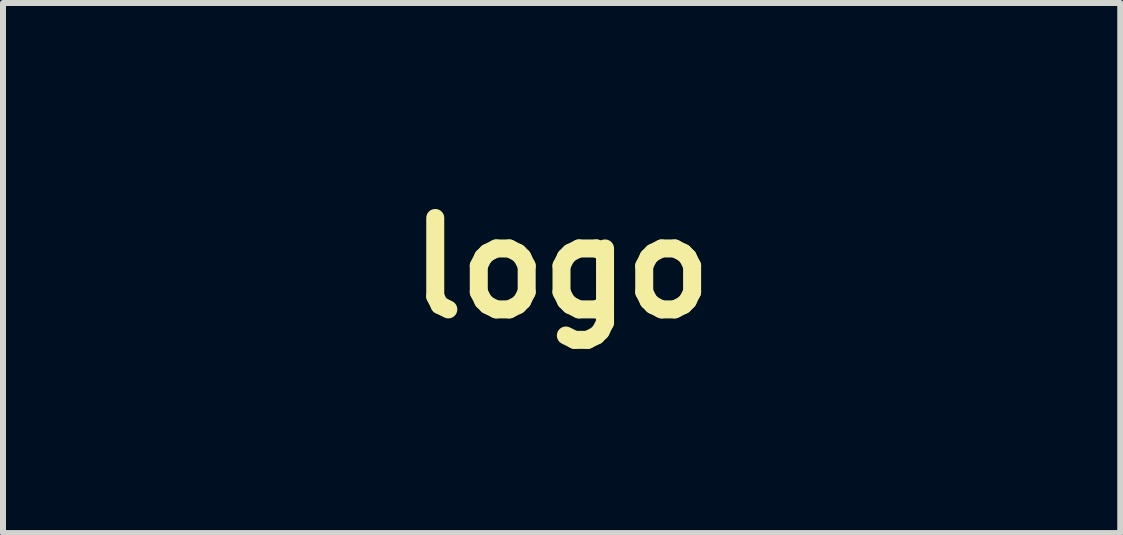
<source format=kicad_pcb>
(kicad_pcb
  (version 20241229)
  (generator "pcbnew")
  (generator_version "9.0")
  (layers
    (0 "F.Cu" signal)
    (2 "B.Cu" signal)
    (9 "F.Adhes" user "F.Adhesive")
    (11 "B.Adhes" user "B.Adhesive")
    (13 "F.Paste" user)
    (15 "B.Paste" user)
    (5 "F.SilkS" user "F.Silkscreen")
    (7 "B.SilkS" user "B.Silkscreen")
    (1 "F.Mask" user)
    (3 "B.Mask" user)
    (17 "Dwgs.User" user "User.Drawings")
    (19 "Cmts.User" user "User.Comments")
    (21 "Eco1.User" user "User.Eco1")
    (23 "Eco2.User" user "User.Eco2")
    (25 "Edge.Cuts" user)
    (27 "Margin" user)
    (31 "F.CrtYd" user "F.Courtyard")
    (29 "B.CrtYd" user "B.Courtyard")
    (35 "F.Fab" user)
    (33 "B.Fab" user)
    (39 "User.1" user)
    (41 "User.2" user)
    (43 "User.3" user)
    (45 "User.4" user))
  (footprint "logo"
    (layer "F.Cu")
    (at 6.31 1.418)
    (property "Reference" "logo" (at 0 0 0) (layer "F.SilkS") (effects (font (size 1.524 1.524) (thickness 0.3))))
    (attr through_hole)
    (fp_poly (pts (xy 2.388 0.914) (xy 2.134 0.914) (xy 2.134 -0.721) (xy 2.388 -0.721) (xy 2.388 0.914)) (stroke (width 0.01) (type solid)) (fill yes) (layer "F.Mask"))
    (fp_poly (pts (xy -2.692 -0.406) (xy -3.139 -0.406) (xy -3.139 0.914) (xy -3.404 0.914) (xy -3.404 -0.406) (xy -3.84 -0.406) (xy -3.84 -0.63) (xy -2.692 -0.63) (xy -2.692 -0.406)) (stroke (width 0.01) (type solid)) (fill yes) (layer "F.Mask"))
    (fp_poly (pts (xy 4.257 0.155) (xy 4.257 0.255) (xy 4.258 0.336) (xy 4.259 0.401) (xy 4.26 0.453) (xy 4.263 0.494) (xy 4.266 0.525) (xy 4.269 0.55) (xy 4.273 0.564) (xy 4.298 0.631) (xy 4.335 0.681) (xy 4.384 0.715) (xy 4.444 0.731) (xy 4.478 0.733) (xy 4.546 0.726) (xy 4.602 0.704) (xy 4.648 0.666) (xy 4.687 0.609) (xy 4.696 0.591) (xy 4.729 0.524) (xy 4.736 -0.193) (xy 4.989 -0.193) (xy 4.989 0.914) (xy 4.735 0.914) (xy 4.734 0.747) (xy 4.715 0.777) (xy 4.664 0.841) (xy 4.604 0.889) (xy 4.531 0.922) (xy 4.521 0.926) (xy 4.456 0.939) (xy 4.382 0.944) (xy 4.311 0.94) (xy 4.266 0.931) (xy 4.189 0.9) (xy 4.124 0.854) (xy 4.072 0.793) (xy 4.053 0.761) (xy 4.041 0.736) (xy 4.031 0.71) (xy 4.023 0.683) (xy 4.017 0.65) (xy 4.012 0.611) (xy 4.008 0.562) (xy 4.006 0.503) (xy 4.004 0.431) (xy 4.004 0.343) (xy 4.003 0.237) (xy 4.003 0.201) (xy 4.003 -0.193) (xy 4.257 -0.193) (xy 4.257 0.155)) (stroke (width 0.01) (type solid)) (fill yes) (layer "F.Mask"))
    (fp_poly (pts (xy -0.254 -0.029) (xy -0.199 -0.089) (xy -0.146 -0.139) (xy -0.093 -0.174) (xy -0.035 -0.197) (xy 0.035 -0.209) (xy 0.078 -0.211) (xy 0.136 -0.213) (xy 0.181 -0.21) (xy 0.218 -0.203) (xy 0.238 -0.198) (xy 0.298 -0.17) (xy 0.354 -0.127) (xy 0.4 -0.075) (xy 0.411 -0.057) (xy 0.424 -0.033) (xy 0.435 -0.009) (xy 0.444 0.018) (xy 0.451 0.049) (xy 0.457 0.088) (xy 0.461 0.134) (xy 0.464 0.192) (xy 0.466 0.263) (xy 0.467 0.348) (xy 0.467 0.451) (xy 0.467 0.516) (xy 0.467 0.914) (xy 0.213 0.914) (xy 0.213 0.586) (xy 0.213 0.474) (xy 0.212 0.38) (xy 0.209 0.302) (xy 0.205 0.239) (xy 0.199 0.187) (xy 0.19 0.146) (xy 0.179 0.113) (xy 0.165 0.086) (xy 0.148 0.062) (xy 0.127 0.041) (xy 0.125 0.039) (xy 0.075 0.006) (xy 0.02 -0.01) (xy -0.037 -0.006) (xy -0.094 0.016) (xy -0.15 0.057) (xy -0.158 0.065) (xy -0.191 0.102) (xy -0.213 0.136) (xy -0.229 0.177) (xy -0.233 0.187) (xy -0.239 0.208) (xy -0.243 0.228) (xy -0.247 0.251) (xy -0.25 0.279) (xy -0.252 0.314) (xy -0.253 0.36) (xy -0.254 0.418) (xy -0.254 0.492) (xy -0.254 0.583) (xy -0.254 0.914) (xy -0.518 0.914) (xy -0.518 -0.721) (xy -0.254 -0.721) (xy -0.254 -0.029)) (stroke (width 0.01) (type solid)) (fill yes) (layer "F.Mask"))
    (fp_poly (pts (xy -0.932 -0.208) (xy -0.868 -0.2) (xy -0.818 -0.189) (xy -0.813 -0.187) (xy -0.757 -0.168) (xy -0.754 -0.044) (xy -0.751 0.08) (xy -0.827 0.041) (xy -0.911 0.007) (xy -0.993 -0.007) (xy -1.072 -0.002) (xy -1.147 0.023) (xy -1.216 0.066) (xy -1.259 0.107) (xy -1.3 0.159) (xy -1.328 0.215) (xy -1.346 0.282) (xy -1.351 0.308) (xy -1.356 0.389) (xy -1.346 0.469) (xy -1.322 0.545) (xy -1.286 0.61) (xy -1.273 0.626) (xy -1.218 0.675) (xy -1.153 0.709) (xy -1.08 0.729) (xy -1.002 0.733) (xy -0.925 0.722) (xy -0.85 0.695) (xy -0.805 0.669) (xy -0.779 0.653) (xy -0.761 0.642) (xy -0.756 0.64) (xy -0.755 0.65) (xy -0.753 0.675) (xy -0.752 0.713) (xy -0.752 0.756) (xy -0.752 0.871) (xy -0.804 0.894) (xy -0.891 0.922) (xy -0.988 0.939) (xy -1.089 0.944) (xy -1.186 0.935) (xy -1.215 0.93) (xy -1.305 0.902) (xy -1.383 0.86) (xy -1.456 0.801) (xy -1.464 0.793) (xy -1.52 0.73) (xy -1.561 0.665) (xy -1.593 0.591) (xy -1.601 0.563) (xy -1.612 0.512) (xy -1.618 0.447) (xy -1.619 0.376) (xy -1.616 0.305) (xy -1.609 0.24) (xy -1.601 0.204) (xy -1.564 0.103) (xy -1.512 0.014) (xy -1.444 -0.063) (xy -1.365 -0.126) (xy -1.274 -0.173) (xy -1.193 -0.199) (xy -1.139 -0.207) (xy -1.073 -0.212) (xy -1.002 -0.212) (xy -0.932 -0.208)) (stroke (width 0.01) (type solid)) (fill yes) (layer "F.Mask"))
    (fp_poly (pts (xy -2.152 -0.206) (xy -2.062 -0.184) (xy -1.986 -0.146) (xy -1.921 -0.092) (xy -1.867 -0.022) (xy -1.824 0.066) (xy -1.812 0.099) (xy -1.8 0.141) (xy -1.791 0.183) (xy -1.785 0.231) (xy -1.781 0.292) (xy -1.78 0.307) (xy -1.775 0.437) (xy -2.532 0.437) (xy -2.525 0.48) (xy -2.503 0.559) (xy -2.467 0.624) (xy -2.416 0.675) (xy -2.351 0.712) (xy -2.272 0.733) (xy -2.215 0.739) (xy -2.116 0.736) (xy -2.025 0.716) (xy -1.935 0.676) (xy -1.933 0.675) (xy -1.869 0.64) (xy -1.869 0.855) (xy -1.933 0.884) (xy -2.001 0.909) (xy -2.082 0.927) (xy -2.171 0.939) (xy -2.261 0.944) (xy -2.347 0.941) (xy -2.403 0.933) (xy -2.486 0.907) (xy -2.565 0.865) (xy -2.636 0.808) (xy -2.693 0.741) (xy -2.721 0.694) (xy -2.751 0.627) (xy -2.771 0.56) (xy -2.783 0.486) (xy -2.787 0.401) (xy -2.788 0.381) (xy -2.786 0.302) (xy -2.782 0.254) (xy -2.53 0.254) (xy -2.029 0.254) (xy -2.035 0.198) (xy -2.049 0.137) (xy -2.076 0.08) (xy -2.113 0.033) (xy -2.136 0.014) (xy -2.188 -0.011) (xy -2.247 -0.02) (xy -2.309 -0.014) (xy -2.368 0.006) (xy -2.42 0.039) (xy -2.44 0.059) (xy -2.468 0.099) (xy -2.495 0.149) (xy -2.516 0.2) (xy -2.524 0.226) (xy -2.53 0.254) (xy -2.782 0.254) (xy -2.78 0.238) (xy -2.768 0.18) (xy -2.748 0.124) (xy -2.727 0.076) (xy -2.674 -0.013) (xy -2.609 -0.087) (xy -2.532 -0.144) (xy -2.443 -0.184) (xy -2.344 -0.207) (xy -2.256 -0.213) (xy -2.152 -0.206)) (stroke (width 0.01) (type solid)) (fill yes) (layer "F.Mask"))
    (fp_poly (pts (xy 1.597 -0.654) (xy 1.698 -0.642) (xy 1.79 -0.623) (xy 1.807 -0.618) (xy 1.88 -0.596) (xy 1.88 -0.466) (xy 1.879 -0.417) (xy 1.877 -0.376) (xy 1.875 -0.348) (xy 1.871 -0.336) (xy 1.871 -0.335) (xy 1.858 -0.339) (xy 1.832 -0.349) (xy 1.798 -0.364) (xy 1.797 -0.364) (xy 1.723 -0.393) (xy 1.651 -0.411) (xy 1.573 -0.419) (xy 1.524 -0.42) (xy 1.419 -0.413) (xy 1.326 -0.389) (xy 1.241 -0.35) (xy 1.163 -0.292) (xy 1.142 -0.273) (xy 1.082 -0.207) (xy 1.037 -0.136) (xy 1.006 -0.057) (xy 0.986 0.033) (xy 0.978 0.127) (xy 0.977 0.21) (xy 0.983 0.281) (xy 0.997 0.345) (xy 1.021 0.408) (xy 1.038 0.445) (xy 1.086 0.523) (xy 1.149 0.588) (xy 1.224 0.64) (xy 1.309 0.678) (xy 1.401 0.702) (xy 1.499 0.711) (xy 1.6 0.704) (xy 1.702 0.681) (xy 1.797 0.645) (xy 1.832 0.628) (xy 1.859 0.616) (xy 1.874 0.61) (xy 1.876 0.61) (xy 1.877 0.619) (xy 1.878 0.645) (xy 1.879 0.683) (xy 1.88 0.73) (xy 1.88 0.732) (xy 1.88 0.855) (xy 1.834 0.875) (xy 1.759 0.902) (xy 1.678 0.922) (xy 1.585 0.934) (xy 1.483 0.94) (xy 1.425 0.941) (xy 1.37 0.94) (xy 1.322 0.938) (xy 1.288 0.935) (xy 1.283 0.934) (xy 1.176 0.908) (xy 1.083 0.869) (xy 0.996 0.814) (xy 0.913 0.742) (xy 0.909 0.737) (xy 0.832 0.646) (xy 0.772 0.544) (xy 0.728 0.431) (xy 0.703 0.309) (xy 0.694 0.179) (xy 0.701 0.062) (xy 0.721 -0.061) (xy 0.754 -0.17) (xy 0.8 -0.268) (xy 0.862 -0.358) (xy 0.924 -0.427) (xy 1.009 -0.502) (xy 1.096 -0.56) (xy 1.189 -0.604) (xy 1.293 -0.634) (xy 1.403 -0.652) (xy 1.496 -0.658) (xy 1.597 -0.654)) (stroke (width 0.01) (type solid)) (fill yes) (layer "F.Mask"))
    (fp_poly (pts (xy 3.316 -0.211) (xy 3.37 -0.205) (xy 3.376 -0.204) (xy 3.463 -0.176) (xy 3.545 -0.133) (xy 3.617 -0.076) (xy 3.677 -0.009) (xy 3.706 0.038) (xy 3.734 0.098) (xy 3.754 0.158) (xy 3.766 0.225) (xy 3.772 0.302) (xy 3.773 0.361) (xy 3.772 0.42) (xy 3.77 0.464) (xy 3.765 0.5) (xy 3.758 0.534) (xy 3.747 0.571) (xy 3.747 0.571) (xy 3.705 0.669) (xy 3.648 0.753) (xy 3.578 0.822) (xy 3.495 0.877) (xy 3.401 0.916) (xy 3.295 0.938) (xy 3.195 0.944) (xy 3.145 0.942) (xy 3.092 0.936) (xy 3.048 0.929) (xy 2.95 0.898) (xy 2.863 0.85) (xy 2.787 0.787) (xy 2.725 0.71) (xy 2.678 0.621) (xy 2.651 0.538) (xy 2.643 0.492) (xy 2.639 0.432) (xy 2.638 0.386) (xy 2.901 0.386) (xy 2.911 0.473) (xy 2.936 0.551) (xy 2.975 0.619) (xy 3.008 0.655) (xy 3.065 0.699) (xy 3.124 0.725) (xy 3.189 0.735) (xy 3.264 0.729) (xy 3.31 0.719) (xy 3.355 0.7) (xy 3.4 0.666) (xy 3.44 0.624) (xy 3.47 0.578) (xy 3.473 0.571) (xy 3.494 0.504) (xy 3.505 0.426) (xy 3.507 0.344) (xy 3.5 0.263) (xy 3.484 0.191) (xy 3.471 0.157) (xy 3.432 0.092) (xy 3.381 0.044) (xy 3.318 0.012) (xy 3.244 -0.003) (xy 3.21 -0.005) (xy 3.131 0.004) (xy 3.062 0.03) (xy 3.005 0.072) (xy 2.959 0.131) (xy 2.926 0.204) (xy 2.906 0.293) (xy 2.901 0.386) (xy 2.638 0.386) (xy 2.638 0.366) (xy 2.64 0.3) (xy 2.645 0.241) (xy 2.651 0.208) (xy 2.683 0.108) (xy 2.731 0.018) (xy 2.794 -0.059) (xy 2.872 -0.122) (xy 2.961 -0.17) (xy 2.997 -0.184) (xy 3.046 -0.196) (xy 3.108 -0.205) (xy 3.178 -0.211) (xy 3.25 -0.213) (xy 3.316 -0.211)) (stroke (width 0.01) (type solid)) (fill yes) (layer "F.Mask"))
    (fp_poly (pts (xy 6.309 0.914) (xy 6.055 0.914) (xy 6.055 0.747) (xy 6.027 0.782) (xy 5.966 0.848) (xy 5.899 0.895) (xy 5.823 0.926) (xy 5.793 0.933) (xy 5.719 0.943) (xy 5.641 0.942) (xy 5.569 0.931) (xy 5.559 0.929) (xy 5.48 0.897) (xy 5.408 0.848) (xy 5.347 0.783) (xy 5.298 0.704) (xy 5.261 0.612) (xy 5.251 0.579) (xy 5.244 0.533) (xy 5.239 0.474) (xy 5.237 0.406) (xy 5.238 0.398) (xy 5.499 0.398) (xy 5.509 0.481) (xy 5.53 0.557) (xy 5.563 0.622) (xy 5.573 0.636) (xy 5.62 0.682) (xy 5.679 0.715) (xy 5.744 0.732) (xy 5.812 0.733) (xy 5.877 0.718) (xy 5.9 0.708) (xy 5.936 0.682) (xy 5.974 0.643) (xy 6.007 0.598) (xy 6.03 0.554) (xy 6.031 0.553) (xy 6.039 0.53) (xy 6.044 0.504) (xy 6.047 0.472) (xy 6.049 0.429) (xy 6.05 0.371) (xy 6.05 0.34) (xy 6.05 0.279) (xy 6.049 0.235) (xy 6.048 0.203) (xy 6.044 0.18) (xy 6.039 0.161) (xy 6.031 0.145) (xy 6.022 0.13) (xy 5.98 0.075) (xy 5.926 0.032) (xy 5.864 0.002) (xy 5.8 -0.01) (xy 5.791 -0.01) (xy 5.727 -0.001) (xy 5.665 0.026) (xy 5.609 0.068) (xy 5.563 0.121) (xy 5.543 0.156) (xy 5.516 0.231) (xy 5.501 0.313) (xy 5.499 0.398) (xy 5.238 0.398) (xy 5.239 0.335) (xy 5.243 0.268) (xy 5.249 0.21) (xy 5.257 0.173) (xy 5.293 0.072) (xy 5.343 -0.016) (xy 5.404 -0.089) (xy 5.476 -0.147) (xy 5.558 -0.187) (xy 5.58 -0.195) (xy 5.62 -0.205) (xy 5.657 -0.211) (xy 5.7 -0.213) (xy 5.754 -0.211) (xy 5.826 -0.205) (xy 5.885 -0.192) (xy 5.934 -0.169) (xy 5.98 -0.135) (xy 6.007 -0.109) (xy 6.055 -0.06) (xy 6.055 -0.721) (xy 6.309 -0.721) (xy 6.309 0.914)) (stroke (width 0.01) (type solid)) (fill yes) (layer "F.Mask"))
    (fp_poly (pts (xy -5.17 -0.939) (xy -5.127 -0.937) (xy -5.093 -0.933) (xy -5.061 -0.926) (xy -5.027 -0.915) (xy -5.014 -0.911) (xy -4.904 -0.863) (xy -4.807 -0.8) (xy -4.725 -0.723) (xy -4.693 -0.684) (xy -4.671 -0.654) (xy -4.655 -0.632) (xy -4.647 -0.622) (xy -4.647 -0.621) (xy -4.637 -0.623) (xy -4.613 -0.631) (xy -4.581 -0.643) (xy -4.575 -0.646) (xy -4.489 -0.67) (xy -4.401 -0.675) (xy -4.315 -0.661) (xy -4.233 -0.629) (xy -4.175 -0.592) (xy -4.109 -0.529) (xy -4.061 -0.457) (xy -4.03 -0.375) (xy -4.017 -0.285) (xy -4.022 -0.189) (xy -4.029 -0.152) (xy -4.031 -0.138) (xy -4.024 -0.128) (xy -4.007 -0.119) (xy -3.974 -0.108) (xy -3.973 -0.108) (xy -3.896 -0.075) (xy -3.822 -0.025) (xy -3.755 0.037) (xy -3.699 0.108) (xy -3.67 0.157) (xy -3.639 0.237) (xy -3.621 0.327) (xy -3.615 0.421) (xy -3.623 0.511) (xy -3.627 0.534) (xy -3.655 0.615) (xy -3.698 0.694) (xy -3.755 0.768) (xy -3.822 0.831) (xy -3.894 0.88) (xy -3.897 0.881) (xy -3.918 0.892) (xy -3.937 0.902) (xy -3.956 0.91) (xy -3.976 0.917) (xy -3.999 0.923) (xy -4.026 0.928) (xy -4.058 0.933) (xy -4.097 0.936) (xy -4.144 0.939) (xy -4.2 0.941) (xy -4.268 0.942) (xy -4.348 0.943) (xy -4.441 0.944) (xy -4.55 0.944) (xy -4.675 0.944) (xy -4.819 0.944) (xy -4.933 0.944) (xy -5.063 0.943) (xy -5.188 0.943) (xy -5.306 0.942) (xy -5.416 0.942) (xy -5.516 0.941) (xy -5.604 0.94) (xy -5.679 0.939) (xy -5.74 0.938) (xy -5.784 0.936) (xy -5.81 0.935) (xy -5.817 0.934) (xy -5.919 0.904) (xy -6.013 0.856) (xy -6.099 0.792) (xy -6.173 0.715) (xy -6.233 0.626) (xy -6.277 0.528) (xy -6.282 0.513) (xy -6.298 0.437) (xy -6.305 0.352) (xy -6.302 0.265) (xy -6.289 0.185) (xy -6.281 0.157) (xy -6.243 0.063) (xy -6.188 -0.024) (xy -6.12 -0.102) (xy -6.043 -0.166) (xy -5.977 -0.205) (xy -5.906 -0.239) (xy -5.9 -0.32) (xy -5.883 -0.435) (xy -5.847 -0.542) (xy -5.793 -0.641) (xy -5.724 -0.728) (xy -5.641 -0.804) (xy -5.543 -0.866) (xy -5.441 -0.911) (xy -5.404 -0.923) (xy -5.372 -0.931) (xy -5.339 -0.936) (xy -5.3 -0.938) (xy -5.248 -0.939) (xy -5.227 -0.939) (xy -5.17 -0.939)) (stroke (width 0.01) (type solid)) (fill yes) (layer "F.Mask")))
  (gr_rect
    (start -3 -3)
    (end 15.624 5.836)
    (stroke (width 0.1) (type default))
    (fill no)
    (layer "Edge.Cuts")))
</source>
